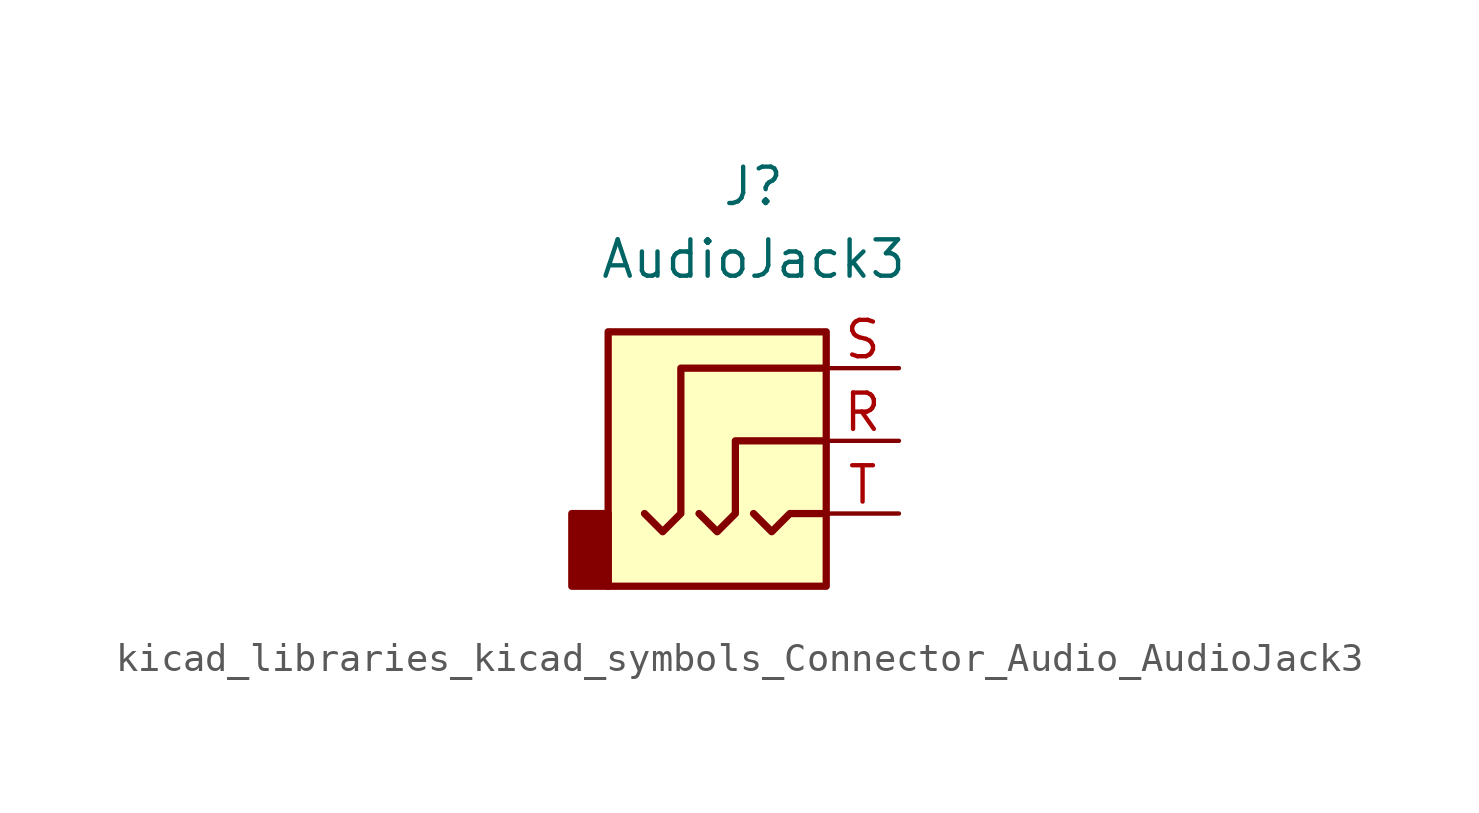
<source format=kicad_sym>
(kicad_symbol_lib
  (version 20220914)
  (generator kicad_symbol_editor)
  (symbol "kicad_libraries_kicad_symbols_Connector_Audio_AudioJack3"
    (property "Reference" "J"
      (at 0 8.89 0)
      (effects (font (size 1.27 1.27))))
    (property "Value" "AudioJack3"
      (at 0 6.35 0)
      (effects (font (size 1.27 1.27))))
    (symbol "kicad_libraries_kicad_symbols_Connector_Audio_AudioJack3_0_1"
      (rectangle (start -5.08 -5.08) (end -6.35 -2.54) (stroke (width 0.254) (type default)) (fill (type outline)))
      (polyline (pts (xy 0 -2.54) (xy 0.635 -3.175) (xy 1.27 -2.54) (xy 2.54 -2.54)) (stroke (width 0.254) (type default)) (fill (type none)))
      (polyline (pts (xy -1.905 -2.54) (xy -1.27 -3.175) (xy -0.635 -2.54) (xy -0.635 0) (xy 2.54 0)) (stroke (width 0.254) (type default)) (fill (type none)))
      (polyline (pts (xy 2.54 2.54) (xy -2.54 2.54) (xy -2.54 -2.54) (xy -3.175 -3.175) (xy -3.81 -2.54)) (stroke (width 0.254) (type default)) (fill (type none)))
      (rectangle (start 2.54 3.81) (end -5.08 -5.08) (stroke (width 0.254) (type default)) (fill (type background))))
    (symbol "kicad_libraries_kicad_symbols_Connector_Audio_AudioJack3_1_1"
      (pin passive line (at 5.08 0 180) (length 2.54) (name "~" (effects (font (size 1.27 1.27)))) (number "R" (effects (font (size 1.27 1.27)))))
      (pin passive line (at 5.08 2.54 180) (length 2.54) (name "~" (effects (font (size 1.27 1.27)))) (number "S" (effects (font (size 1.27 1.27)))))
      (pin passive line (at 5.08 -2.54 180) (length 2.54) (name "~" (effects (font (size 1.27 1.27)))) (number "T" (effects (font (size 1.27 1.27))))))))
</source>
